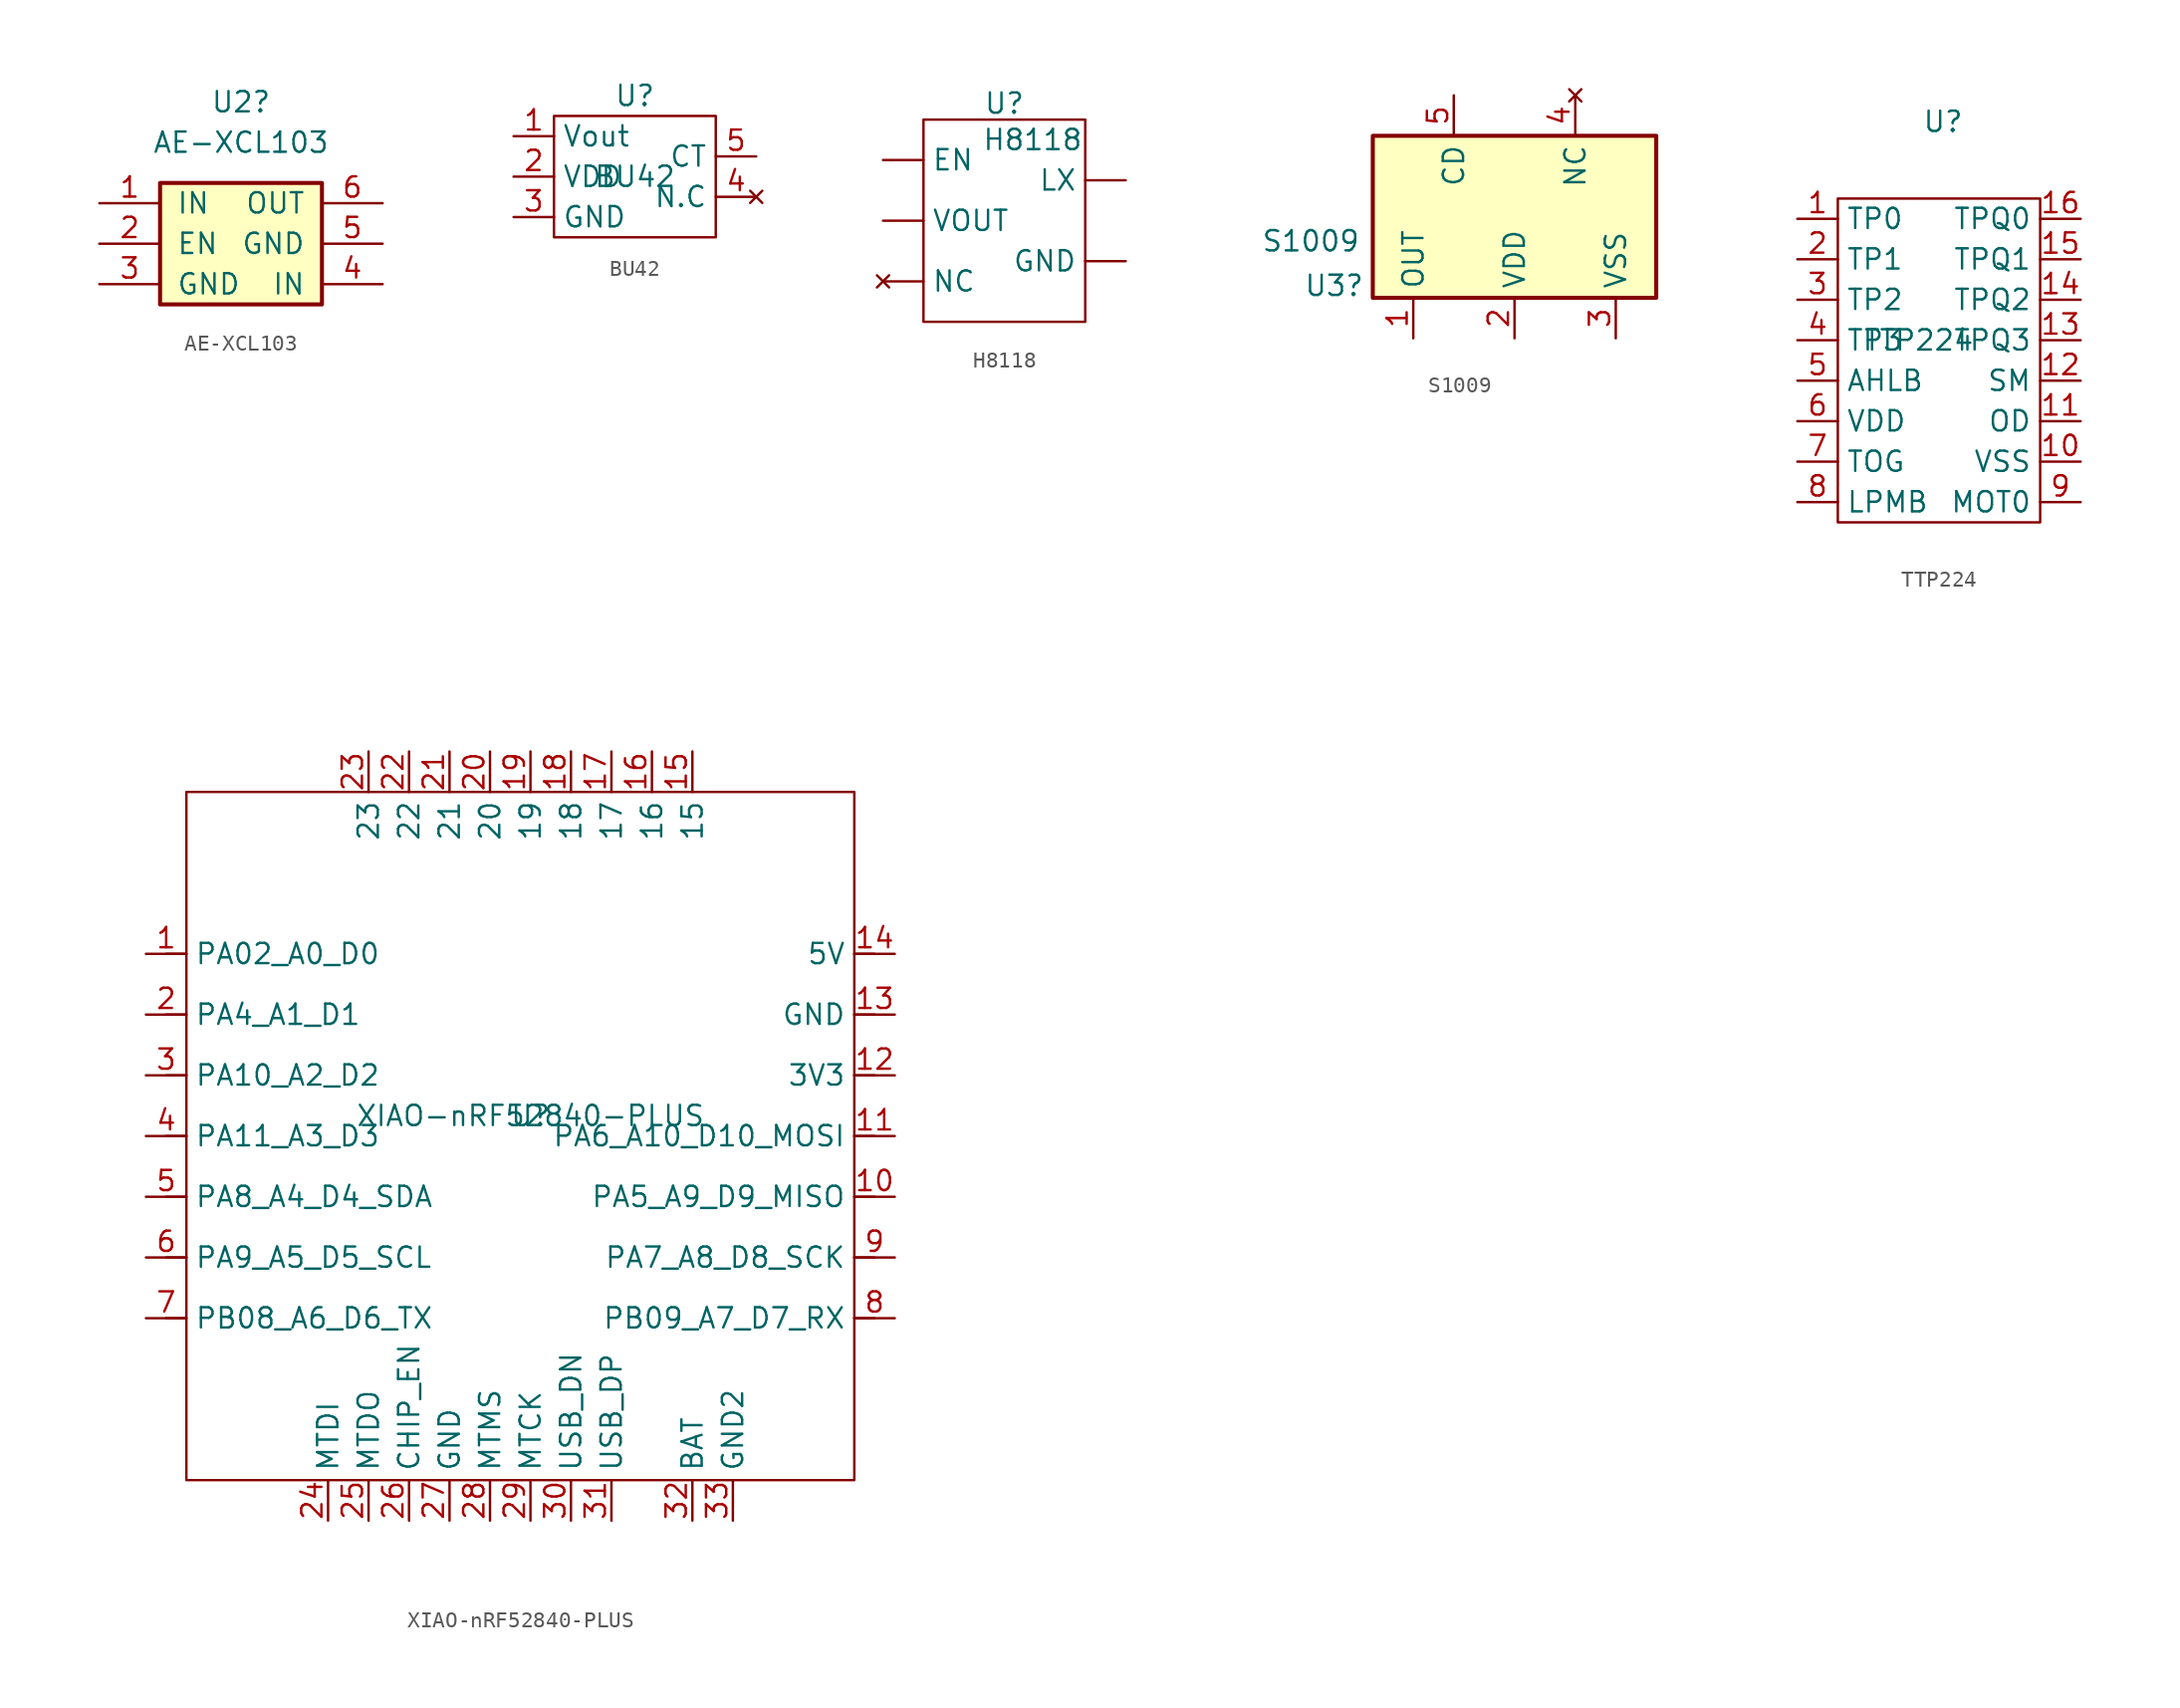
<source format=kicad_sym>
(kicad_symbol_lib
  (version 20231120)
  (generator "kicad_symbol_editor")
  (generator_version "8.0")
  (symbol "AE-XCL103"
    (pin_names
      (offset 1.016))
    (property "Reference" "U2"
      (at 1.27 8.89 0)
      (effects (font (size 1.27 1.27))))
    (property "Value" "AE-XCL103"
      (at 1.27 6.35 0)
      (effects (font (size 1.27 1.27))))
    (symbol "AE-XCL103_1_1"
      (rectangle (start -3.81 3.81) (end 6.35 -3.81) (stroke (width 0.254) (type default)) (fill (type background)))
      (pin input line (at -7.62 2.54 0) (length 3.81) (name "IN" (effects (font (size 1.27 1.27)))) (number "1" (effects (font (size 1.27 1.27)))))
      (pin input line (at -7.62 0 0) (length 3.81) (name "EN" (effects (font (size 1.27 1.27)))) (number "2" (effects (font (size 1.27 1.27)))))
      (pin power_in line (at -7.62 -2.54 0) (length 3.81) (name "GND" (effects (font (size 1.27 1.27)))) (number "3" (effects (font (size 1.27 1.27)))))
      (pin input line (at 10.16 -2.54 180) (length 3.81) (name "IN" (effects (font (size 1.27 1.27)))) (number "4" (effects (font (size 1.27 1.27)))))
      (pin power_in line (at 10.16 0 180) (length 3.81) (name "GND" (effects (font (size 1.27 1.27)))) (number "5" (effects (font (size 1.27 1.27)))))
      (pin power_out line (at 10.16 2.54 180) (length 3.81) (name "OUT" (effects (font (size 1.27 1.27)))) (number "6" (effects (font (size 1.27 1.27)))))))
  (symbol "BU42"
    (property "Reference" "U"
      (at 0 5.08 0)
      (effects (font (size 1.27 1.27))))
    (property "Value" "BU42"
      (at 0 0 0)
      (effects (font (size 1.27 1.27))))
    (symbol "BU42_0_1"
      (rectangle (start -5.08 3.81) (end 5.08 -3.81) (stroke (width 0) (type default)) (fill (type none))))
    (symbol "BU42_1_1"
      (pin output line (at -7.62 2.54 0) (length 2.54) (name "Vout" (effects (font (size 1.27 1.27)))) (number "1" (effects (font (size 1.27 1.27)))))
      (pin power_in line (at -7.62 0 0) (length 2.54) (name "VDD" (effects (font (size 1.27 1.27)))) (number "2" (effects (font (size 1.27 1.27)))))
      (pin power_in line (at -7.62 -2.54 0) (length 2.54) (name "GND" (effects (font (size 1.27 1.27)))) (number "3" (effects (font (size 1.27 1.27)))))
      (pin no_connect line (at 7.62 -1.27 180) (length 2.54) (name "N.C" (effects (font (size 1.27 1.27)))) (number "4" (effects (font (size 1.27 1.27)))))
      (pin input line (at 7.62 1.27 180) (length 2.54) (name "CT" (effects (font (size 1.27 1.27)))) (number "5" (effects (font (size 1.27 1.27)))))))
  (symbol "H8118"
    (property "Reference" "U"
      (at 0 7.366 0)
      (effects (font (size 1.27 1.27))))
    (property "Value" "H8118"
      (at 1.778 5.08 0)
      (effects (font (size 1.27 1.27))))
    (symbol "H8118_0_1"
      (rectangle (start -5.08 6.35) (end 5.08 -6.35) (stroke (width 0) (type default)) (fill (type none))))
    (symbol "H8118_1_1"
      (pin input line (at -7.62 3.81 0) (length 2.54) (name "EN" (effects (font (size 1.27 1.27)))) (number "" (effects (font (size 1.27 1.27)))))
      (pin power_in line (at 7.62 -2.54 180) (length 2.54) (name "GND" (effects (font (size 1.27 1.27)))) (number "" (effects (font (size 1.27 1.27)))))
      (pin output line (at 7.62 2.54 180) (length 2.54) (name "LX" (effects (font (size 1.27 1.27)))) (number "" (effects (font (size 1.27 1.27)))))
      (pin no_connect line (at -7.62 -3.81 0) (length 2.54) (name "NC" (effects (font (size 1.27 1.27)))) (number "" (effects (font (size 1.27 1.27)))))
      (pin power_out line (at -7.62 0 0) (length 2.54) (name "VOUT" (effects (font (size 1.27 1.27)))) (number "" (effects (font (size 1.27 1.27)))))))
  (symbol "S1009"
    (property "Reference" "U3"
      (at -9.398 -4.318 0)
      (effects (font (size 1.27 1.27)) (justify right)))
    (property "Value" "S1009"
      (at -9.652 -1.524 0)
      (effects (font (size 1.27 1.27)) (justify right)))
    (symbol "S1009_0_1"
      (rectangle (start -8.89 5.08) (end 8.89 -5.08) (stroke (width 0.254) (type default)) (fill (type background))))
    (symbol "S1009_1_1"
      (pin output line (at -6.35 -7.62 90) (length 2.54) (name "OUT" (effects (font (size 1.27 1.27)))) (number "1" (effects (font (size 1.27 1.27)))))
      (pin power_in line (at 0 -7.62 90) (length 2.54) (name "VDD" (effects (font (size 1.27 1.27)))) (number "2" (effects (font (size 1.27 1.27)))))
      (pin power_in line (at 6.35 -7.62 90) (length 2.54) (name "VSS" (effects (font (size 1.27 1.27)))) (number "3" (effects (font (size 1.27 1.27)))))
      (pin no_connect line (at 3.81 7.62 270) (length 2.54) (name "NC" (effects (font (size 1.27 1.27)))) (number "4" (effects (font (size 1.27 1.27)))))
      (pin input line (at -3.81 7.62 270) (length 2.54) (name "CD" (effects (font (size 1.27 1.27)))) (number "5" (effects (font (size 1.27 1.27)))))))
  (symbol "TTP224"
    (property "Reference" "U"
      (at 0.254 14.986 0)
      (effects (font (size 1.27 1.27))))
    (property "Value" "TTP224"
      (at -1.27 1.27 0)
      (effects (font (size 1.27 1.27))))
    (symbol "TTP224_0_1"
      (rectangle (start -6.35 10.16) (end 6.35 -10.16) (stroke (width 0) (type default)) (fill (type none))))
    (symbol "TTP224_1_1"
      (pin input line (at -8.89 8.89 0) (length 2.54) (name "TP0" (effects (font (size 1.27 1.27)))) (number "1" (effects (font (size 1.27 1.27)))))
      (pin power_in line (at 8.89 -6.35 180) (length 2.54) (name "VSS" (effects (font (size 1.27 1.27)))) (number "10" (effects (font (size 1.27 1.27)))))
      (pin input line (at 8.89 -3.81 180) (length 2.54) (name "OD" (effects (font (size 1.27 1.27)))) (number "11" (effects (font (size 1.27 1.27)))))
      (pin input line (at 8.89 -1.27 180) (length 2.54) (name "SM" (effects (font (size 1.27 1.27)))) (number "12" (effects (font (size 1.27 1.27)))))
      (pin output line (at 8.89 1.27 180) (length 2.54) (name "TPQ3" (effects (font (size 1.27 1.27)))) (number "13" (effects (font (size 1.27 1.27)))))
      (pin output line (at 8.89 3.81 180) (length 2.54) (name "TPQ2" (effects (font (size 1.27 1.27)))) (number "14" (effects (font (size 1.27 1.27)))))
      (pin output line (at 8.89 6.35 180) (length 2.54) (name "TPQ1" (effects (font (size 1.27 1.27)))) (number "15" (effects (font (size 1.27 1.27)))))
      (pin output line (at 8.89 8.89 180) (length 2.54) (name "TPQ0" (effects (font (size 1.27 1.27)))) (number "16" (effects (font (size 1.27 1.27)))))
      (pin input line (at -8.89 6.35 0) (length 2.54) (name "TP1" (effects (font (size 1.27 1.27)))) (number "2" (effects (font (size 1.27 1.27)))))
      (pin input line (at -8.89 3.81 0) (length 2.54) (name "TP2" (effects (font (size 1.27 1.27)))) (number "3" (effects (font (size 1.27 1.27)))))
      (pin input line (at -8.89 1.27 0) (length 2.54) (name "TP3" (effects (font (size 1.27 1.27)))) (number "4" (effects (font (size 1.27 1.27)))))
      (pin input line (at -8.89 -1.27 0) (length 2.54) (name "AHLB" (effects (font (size 1.27 1.27)))) (number "5" (effects (font (size 1.27 1.27)))))
      (pin power_in line (at -8.89 -3.81 0) (length 2.54) (name "VDD" (effects (font (size 1.27 1.27)))) (number "6" (effects (font (size 1.27 1.27)))))
      (pin input line (at -8.89 -6.35 0) (length 2.54) (name "TOG" (effects (font (size 1.27 1.27)))) (number "7" (effects (font (size 1.27 1.27)))))
      (pin input line (at -8.89 -8.89 0) (length 2.54) (name "LPMB" (effects (font (size 1.27 1.27)))) (number "8" (effects (font (size 1.27 1.27)))))
      (pin input line (at 8.89 -8.89 180) (length 2.54) (name "MOT0" (effects (font (size 1.27 1.27)))) (number "9" (effects (font (size 1.27 1.27)))))))
  (symbol "XIAO-nRF52840-PLUS"
    (property "Reference" "U"
      (at 0 0 0)
      (effects (font (size 1.27 1.27))))
    (property "Value" "XIAO-nRF52840-PLUS"
      (at 0 0 0)
      (effects (font (size 1.27 1.27))))
    (symbol "XIAO-nRF52840-PLUS_0_1"
      (rectangle (start -21.59 20.32) (end 20.32 -22.86) (stroke (width 0) (type default)) (fill (type none))))
    (symbol "XIAO-nRF52840-PLUS_1_0"
      (polyline (pts (xy -21.59 -12.7) (xy -22.86 -12.7)) (stroke (width 0.152) (type solid)) (fill (type none)))
      (polyline (pts (xy -21.59 -8.89) (xy -22.86 -8.89)) (stroke (width 0.152) (type solid)) (fill (type none)))
      (polyline (pts (xy -21.59 -5.08) (xy -22.86 -5.08)) (stroke (width 0.152) (type solid)) (fill (type none)))
      (polyline (pts (xy -21.59 -1.27) (xy -22.86 -1.27)) (stroke (width 0.152) (type solid)) (fill (type none)))
      (polyline (pts (xy -21.59 2.54) (xy -22.86 2.54)) (stroke (width 0.152) (type solid)) (fill (type none)))
      (polyline (pts (xy -21.59 6.35) (xy -22.86 6.35)) (stroke (width 0.152) (type solid)) (fill (type none)))
      (polyline (pts (xy -21.59 10.16) (xy -22.86 10.16)) (stroke (width 0.152) (type solid)) (fill (type none)))
      (polyline (pts (xy 21.59 -12.7) (xy 20.32 -12.7)) (stroke (width 0.152) (type solid)) (fill (type none)))
      (polyline (pts (xy 21.59 -8.89) (xy 20.32 -8.89)) (stroke (width 0.152) (type solid)) (fill (type none)))
      (polyline (pts (xy 21.59 -5.08) (xy 20.32 -5.08)) (stroke (width 0.152) (type solid)) (fill (type none)))
      (polyline (pts (xy 21.59 -1.27) (xy 20.32 -1.27)) (stroke (width 0.152) (type solid)) (fill (type none)))
      (polyline (pts (xy 21.59 2.54) (xy 20.32 2.54)) (stroke (width 0.152) (type solid)) (fill (type none)))
      (polyline (pts (xy 21.59 6.35) (xy 20.32 6.35)) (stroke (width 0.152) (type solid)) (fill (type none)))
      (polyline (pts (xy 21.59 10.16) (xy 20.32 10.16)) (stroke (width 0.152) (type solid)) (fill (type none)))
      (pin passive line (at -24.13 10.16 0) (length 2.54) (name "PA02_A0_D0" (effects (font (size 1.27 1.27)))) (number "1" (effects (font (size 1.27 1.27)))))
      (pin passive line (at 22.86 -5.08 180) (length 2.54) (name "PA5_A9_D9_MISO" (effects (font (size 1.27 1.27)))) (number "10" (effects (font (size 1.27 1.27)))))
      (pin passive line (at 22.86 -1.27 180) (length 2.54) (name "PA6_A10_D10_MOSI" (effects (font (size 1.27 1.27)))) (number "11" (effects (font (size 1.27 1.27)))))
      (pin passive line (at 22.86 2.54 180) (length 2.54) (name "3V3" (effects (font (size 1.27 1.27)))) (number "12" (effects (font (size 1.27 1.27)))))
      (pin passive line (at 22.86 6.35 180) (length 2.54) (name "GND" (effects (font (size 1.27 1.27)))) (number "13" (effects (font (size 1.27 1.27)))))
      (pin passive line (at 22.86 10.16 180) (length 2.54) (name "5V" (effects (font (size 1.27 1.27)))) (number "14" (effects (font (size 1.27 1.27)))))
      (pin passive line (at -24.13 6.35 0) (length 2.54) (name "PA4_A1_D1" (effects (font (size 1.27 1.27)))) (number "2" (effects (font (size 1.27 1.27)))))
      (pin passive line (at -24.13 2.54 0) (length 2.54) (name "PA10_A2_D2" (effects (font (size 1.27 1.27)))) (number "3" (effects (font (size 1.27 1.27)))))
      (pin passive line (at -24.13 -1.27 0) (length 2.54) (name "PA11_A3_D3" (effects (font (size 1.27 1.27)))) (number "4" (effects (font (size 1.27 1.27)))))
      (pin passive line (at -24.13 -5.08 0) (length 2.54) (name "PA8_A4_D4_SDA" (effects (font (size 1.27 1.27)))) (number "5" (effects (font (size 1.27 1.27)))))
      (pin passive line (at -24.13 -8.89 0) (length 2.54) (name "PA9_A5_D5_SCL" (effects (font (size 1.27 1.27)))) (number "6" (effects (font (size 1.27 1.27)))))
      (pin passive line (at -24.13 -12.7 0) (length 2.54) (name "PB08_A6_D6_TX" (effects (font (size 1.27 1.27)))) (number "7" (effects (font (size 1.27 1.27)))))
      (pin passive line (at 22.86 -12.7 180) (length 2.54) (name "PB09_A7_D7_RX" (effects (font (size 1.27 1.27)))) (number "8" (effects (font (size 1.27 1.27)))))
      (pin passive line (at 22.86 -8.89 180) (length 2.54) (name "PA7_A8_D8_SCK" (effects (font (size 1.27 1.27)))) (number "9" (effects (font (size 1.27 1.27))))))
    (symbol "XIAO-nRF52840-PLUS_1_1"
      (pin passive line (at 10.16 22.86 270) (length 2.54) (name "15" (effects (font (size 1.27 1.27)))) (number "15" (effects (font (size 1.27 1.27)))))
      (pin passive line (at 7.62 22.86 270) (length 2.54) (name "16" (effects (font (size 1.27 1.27)))) (number "16" (effects (font (size 1.27 1.27)))))
      (pin passive line (at 5.08 22.86 270) (length 2.54) (name "17" (effects (font (size 1.27 1.27)))) (number "17" (effects (font (size 1.27 1.27)))))
      (pin passive line (at 2.54 22.86 270) (length 2.54) (name "18" (effects (font (size 1.27 1.27)))) (number "18" (effects (font (size 1.27 1.27)))))
      (pin passive line (at 0 22.86 270) (length 2.54) (name "19" (effects (font (size 1.27 1.27)))) (number "19" (effects (font (size 1.27 1.27)))))
      (pin passive line (at -2.54 22.86 270) (length 2.54) (name "20" (effects (font (size 1.27 1.27)))) (number "20" (effects (font (size 1.27 1.27)))))
      (pin passive line (at -5.08 22.86 270) (length 2.54) (name "21" (effects (font (size 1.27 1.27)))) (number "21" (effects (font (size 1.27 1.27)))))
      (pin passive line (at -7.62 22.86 270) (length 2.54) (name "22" (effects (font (size 1.27 1.27)))) (number "22" (effects (font (size 1.27 1.27)))))
      (pin passive line (at -10.16 22.86 270) (length 2.54) (name "23" (effects (font (size 1.27 1.27)))) (number "23" (effects (font (size 1.27 1.27)))))
      (pin passive line (at -12.7 -25.4 90) (length 2.54) (name "MTDI" (effects (font (size 1.27 1.27)))) (number "24" (effects (font (size 1.27 1.27)))))
      (pin passive line (at -10.16 -25.4 90) (length 2.54) (name "MTDO" (effects (font (size 1.27 1.27)))) (number "25" (effects (font (size 1.27 1.27)))))
      (pin passive line (at -7.62 -25.4 90) (length 2.54) (name "CHIP_EN" (effects (font (size 1.27 1.27)))) (number "26" (effects (font (size 1.27 1.27)))))
      (pin passive line (at -5.08 -25.4 90) (length 2.54) (name "GND" (effects (font (size 1.27 1.27)))) (number "27" (effects (font (size 1.27 1.27)))))
      (pin passive line (at -2.54 -25.4 90) (length 2.54) (name "MTMS" (effects (font (size 1.27 1.27)))) (number "28" (effects (font (size 1.27 1.27)))))
      (pin passive line (at 0 -25.4 90) (length 2.54) (name "MTCK" (effects (font (size 1.27 1.27)))) (number "29" (effects (font (size 1.27 1.27)))))
      (pin passive line (at 2.54 -25.4 90) (length 2.54) (name "USB_DN" (effects (font (size 1.27 1.27)))) (number "30" (effects (font (size 1.27 1.27)))))
      (pin passive line (at 5.08 -25.4 90) (length 2.54) (name "USB_DP" (effects (font (size 1.27 1.27)))) (number "31" (effects (font (size 1.27 1.27)))))
      (pin passive line (at 10.16 -25.4 90) (length 2.54) (name "BAT" (effects (font (size 1.27 1.27)))) (number "32" (effects (font (size 1.27 1.27)))))
      (pin passive line (at 12.7 -25.4 90) (length 2.54) (name "GND2" (effects (font (size 1.27 1.27)))) (number "33" (effects (font (size 1.27 1.27))))))))
</source>
